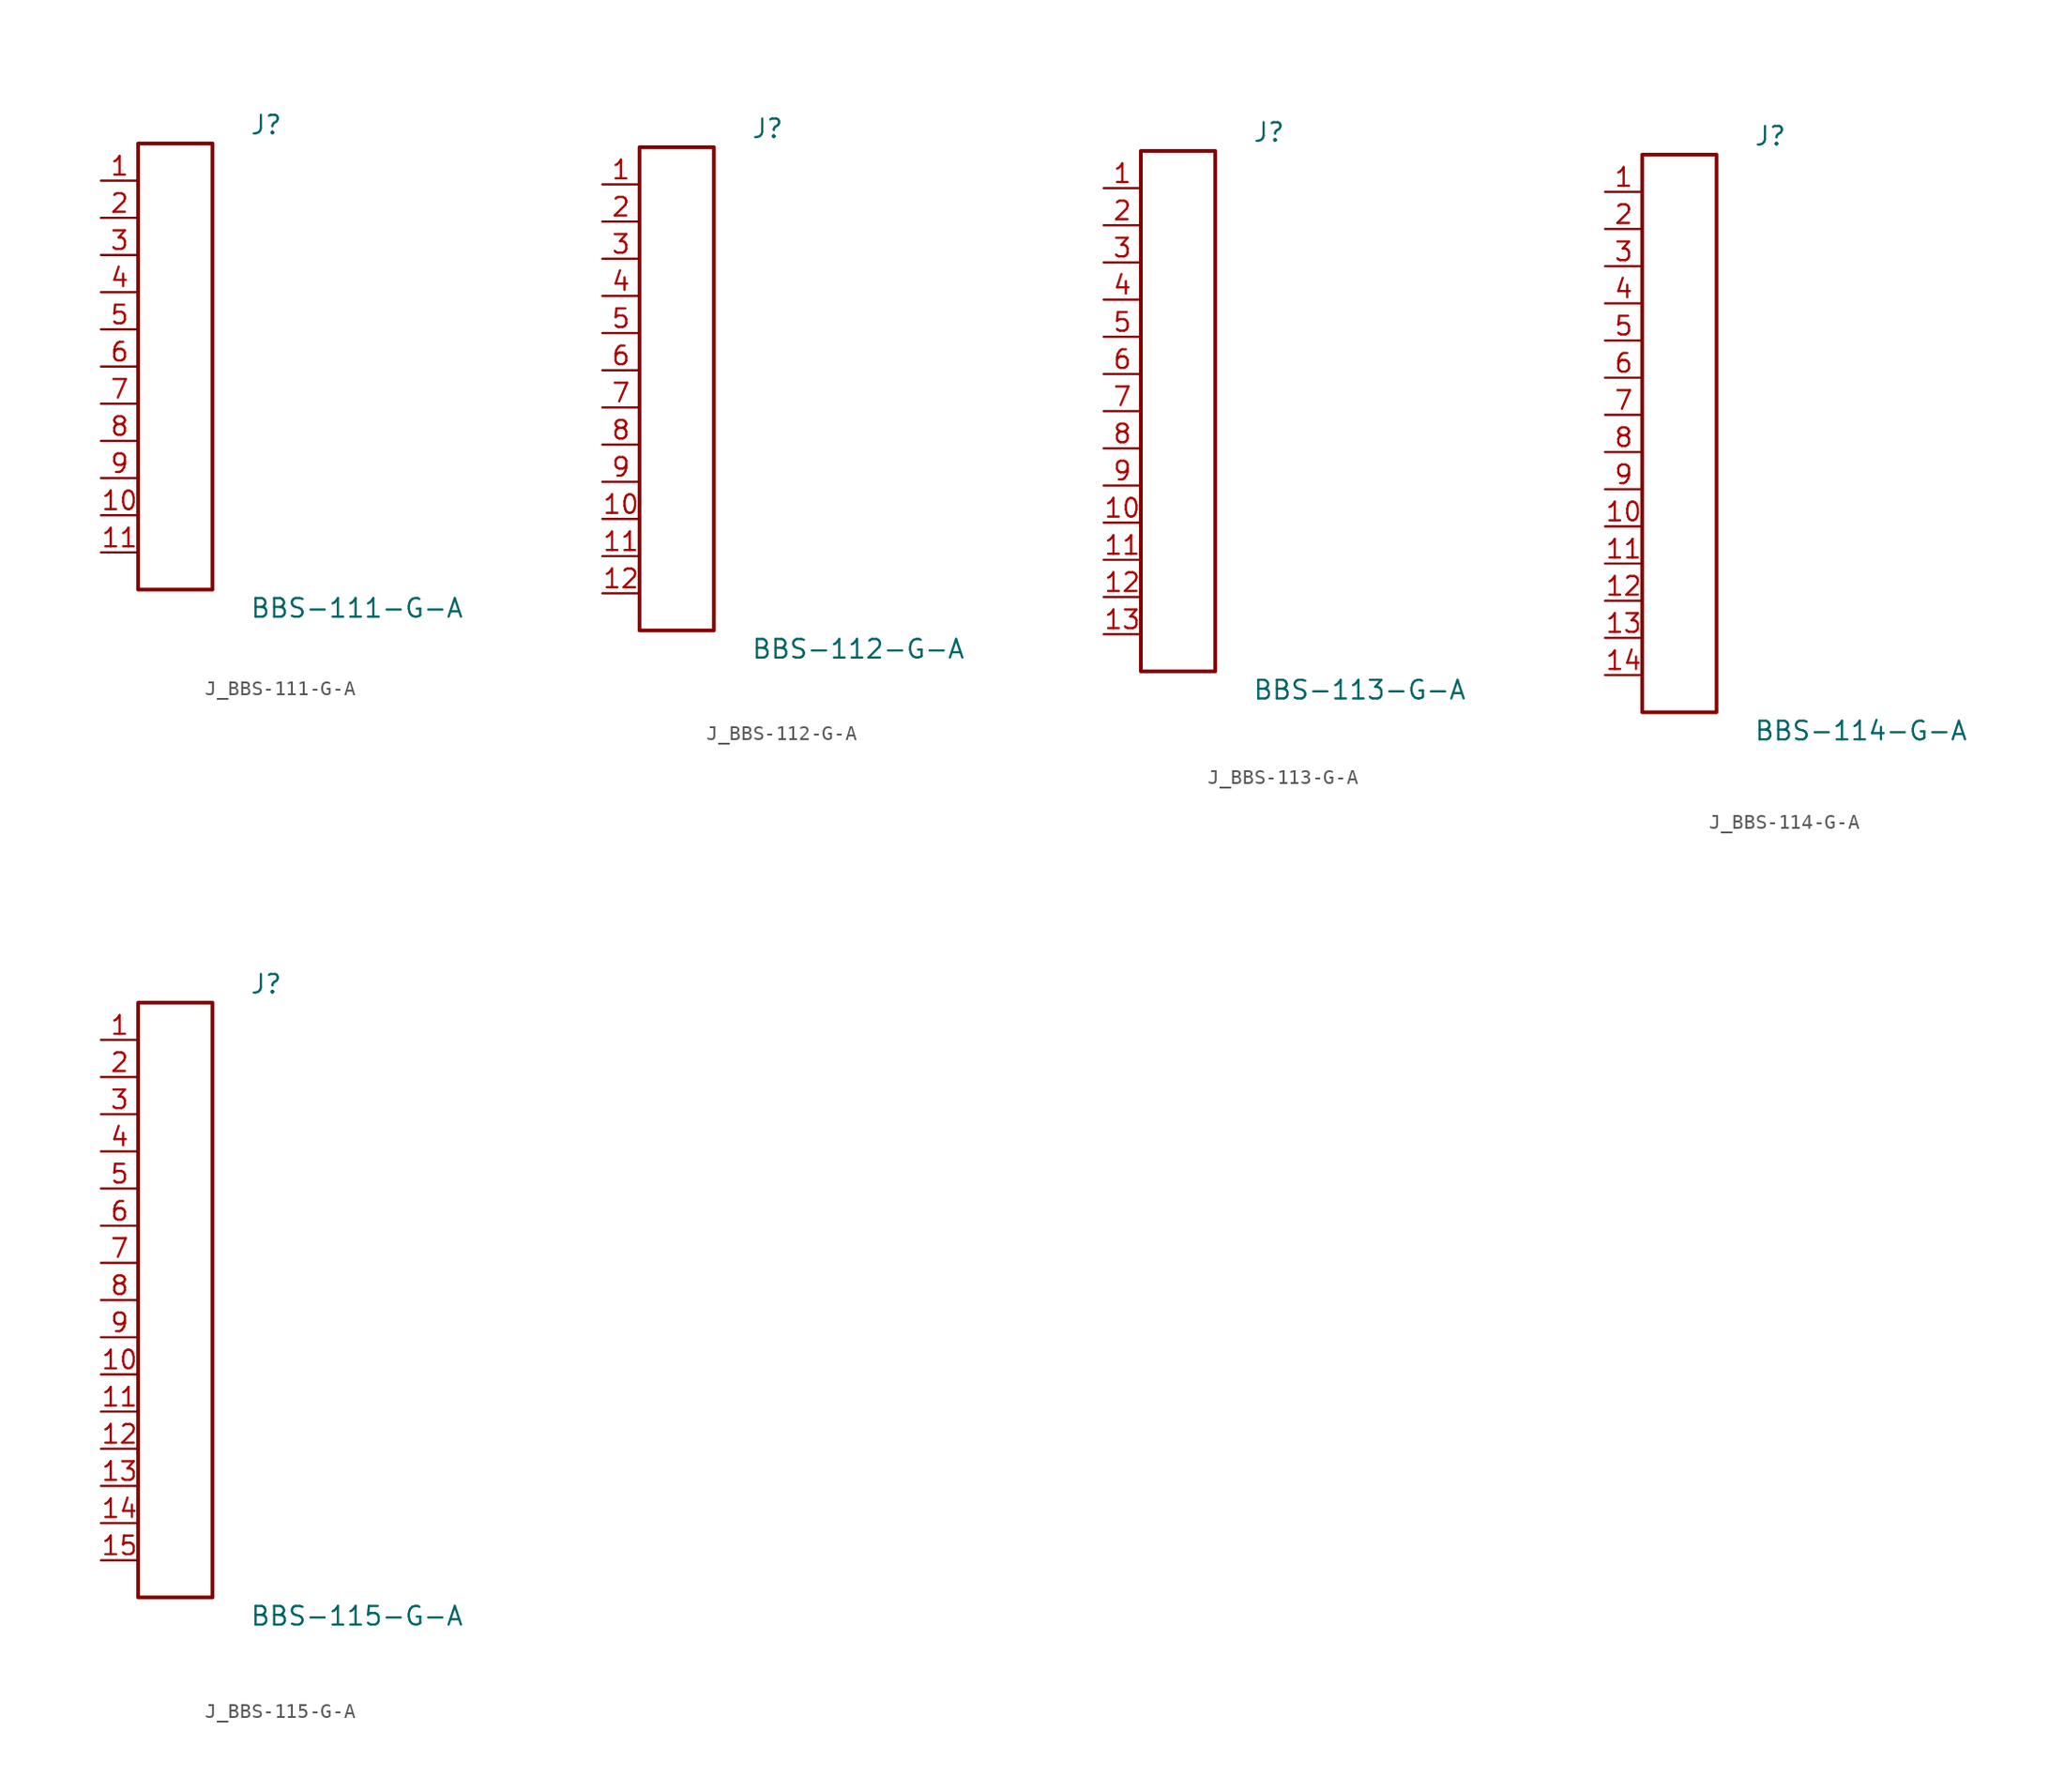
<source format=kicad_sym>
(kicad_symbol_lib
  (version 20231120)
  (generator kicad_symbol_editor)
  (generator_version 8.0)
  (symbol "J_BBS-111-G-A"
    (pin_names
      (offset 0.254))
    (property "Reference" "J"
      (at 5.08 16.51 0)
      (effects (font (size 1.27 1.27)) (justify left)))
    (property "Value" "BBS-111-G-A"
      (at 5.08 -16.51 0)
      (effects (font (size 1.27 1.27)) (justify left)))
    (symbol "J_BBS-111-G-A_0_0"
      (pin passive line (at -5.08 12.7 0) (length 2.54) (name "" (effects (font (size 1.27 1.27)))) (number "1" (effects (font (size 1.27 1.27)))))
      (pin passive line (at -5.08 10.16 0) (length 2.54) (name "" (effects (font (size 1.27 1.27)))) (number "2" (effects (font (size 1.27 1.27)))))
      (pin passive line (at -5.08 7.62 0) (length 2.54) (name "" (effects (font (size 1.27 1.27)))) (number "3" (effects (font (size 1.27 1.27)))))
      (pin passive line (at -5.08 5.08 0) (length 2.54) (name "" (effects (font (size 1.27 1.27)))) (number "4" (effects (font (size 1.27 1.27)))))
      (pin passive line (at -5.08 2.54 0) (length 2.54) (name "" (effects (font (size 1.27 1.27)))) (number "5" (effects (font (size 1.27 1.27)))))
      (pin passive line (at -5.08 0.0 0) (length 2.54) (name "" (effects (font (size 1.27 1.27)))) (number "6" (effects (font (size 1.27 1.27)))))
      (pin passive line (at -5.08 -2.54 0) (length 2.54) (name "" (effects (font (size 1.27 1.27)))) (number "7" (effects (font (size 1.27 1.27)))))
      (pin passive line (at -5.08 -5.08 0) (length 2.54) (name "" (effects (font (size 1.27 1.27)))) (number "8" (effects (font (size 1.27 1.27)))))
      (pin passive line (at -5.08 -7.62 0) (length 2.54) (name "" (effects (font (size 1.27 1.27)))) (number "9" (effects (font (size 1.27 1.27)))))
      (pin passive line (at -5.08 -10.16 0) (length 2.54) (name "" (effects (font (size 1.27 1.27)))) (number "10" (effects (font (size 1.27 1.27)))))
      (pin passive line (at -5.08 -12.7 0) (length 2.54) (name "" (effects (font (size 1.27 1.27)))) (number "11" (effects (font (size 1.27 1.27))))))
    (symbol "J_BBS-111-G-A_1_0"
      (rectangle (start -2.54 15.24) (end 2.54 -15.24) (stroke (width 0.254) (type solid)) (fill (type none)))))
  (symbol "J_BBS-112-G-A"
    (pin_names
      (offset 0.254))
    (property "Reference" "J"
      (at 5.08 17.78 0)
      (effects (font (size 1.27 1.27)) (justify left)))
    (property "Value" "BBS-112-G-A"
      (at 5.08 -17.78 0)
      (effects (font (size 1.27 1.27)) (justify left)))
    (symbol "J_BBS-112-G-A_0_0"
      (pin passive line (at -5.08 13.97 0) (length 2.54) (name "" (effects (font (size 1.27 1.27)))) (number "1" (effects (font (size 1.27 1.27)))))
      (pin passive line (at -5.08 11.43 0) (length 2.54) (name "" (effects (font (size 1.27 1.27)))) (number "2" (effects (font (size 1.27 1.27)))))
      (pin passive line (at -5.08 8.89 0) (length 2.54) (name "" (effects (font (size 1.27 1.27)))) (number "3" (effects (font (size 1.27 1.27)))))
      (pin passive line (at -5.08 6.35 0) (length 2.54) (name "" (effects (font (size 1.27 1.27)))) (number "4" (effects (font (size 1.27 1.27)))))
      (pin passive line (at -5.08 3.81 0) (length 2.54) (name "" (effects (font (size 1.27 1.27)))) (number "5" (effects (font (size 1.27 1.27)))))
      (pin passive line (at -5.08 1.27 0) (length 2.54) (name "" (effects (font (size 1.27 1.27)))) (number "6" (effects (font (size 1.27 1.27)))))
      (pin passive line (at -5.08 -1.27 0) (length 2.54) (name "" (effects (font (size 1.27 1.27)))) (number "7" (effects (font (size 1.27 1.27)))))
      (pin passive line (at -5.08 -3.81 0) (length 2.54) (name "" (effects (font (size 1.27 1.27)))) (number "8" (effects (font (size 1.27 1.27)))))
      (pin passive line (at -5.08 -6.35 0) (length 2.54) (name "" (effects (font (size 1.27 1.27)))) (number "9" (effects (font (size 1.27 1.27)))))
      (pin passive line (at -5.08 -8.89 0) (length 2.54) (name "" (effects (font (size 1.27 1.27)))) (number "10" (effects (font (size 1.27 1.27)))))
      (pin passive line (at -5.08 -11.43 0) (length 2.54) (name "" (effects (font (size 1.27 1.27)))) (number "11" (effects (font (size 1.27 1.27)))))
      (pin passive line (at -5.08 -13.97 0) (length 2.54) (name "" (effects (font (size 1.27 1.27)))) (number "12" (effects (font (size 1.27 1.27))))))
    (symbol "J_BBS-112-G-A_1_0"
      (rectangle (start -2.54 16.51) (end 2.54 -16.51) (stroke (width 0.254) (type solid)) (fill (type none)))))
  (symbol "J_BBS-113-G-A"
    (pin_names
      (offset 0.254))
    (property "Reference" "J"
      (at 5.08 19.05 0)
      (effects (font (size 1.27 1.27)) (justify left)))
    (property "Value" "BBS-113-G-A"
      (at 5.08 -19.05 0)
      (effects (font (size 1.27 1.27)) (justify left)))
    (symbol "J_BBS-113-G-A_0_0"
      (pin passive line (at -5.08 15.24 0) (length 2.54) (name "" (effects (font (size 1.27 1.27)))) (number "1" (effects (font (size 1.27 1.27)))))
      (pin passive line (at -5.08 12.7 0) (length 2.54) (name "" (effects (font (size 1.27 1.27)))) (number "2" (effects (font (size 1.27 1.27)))))
      (pin passive line (at -5.08 10.16 0) (length 2.54) (name "" (effects (font (size 1.27 1.27)))) (number "3" (effects (font (size 1.27 1.27)))))
      (pin passive line (at -5.08 7.62 0) (length 2.54) (name "" (effects (font (size 1.27 1.27)))) (number "4" (effects (font (size 1.27 1.27)))))
      (pin passive line (at -5.08 5.08 0) (length 2.54) (name "" (effects (font (size 1.27 1.27)))) (number "5" (effects (font (size 1.27 1.27)))))
      (pin passive line (at -5.08 2.54 0) (length 2.54) (name "" (effects (font (size 1.27 1.27)))) (number "6" (effects (font (size 1.27 1.27)))))
      (pin passive line (at -5.08 0.0 0) (length 2.54) (name "" (effects (font (size 1.27 1.27)))) (number "7" (effects (font (size 1.27 1.27)))))
      (pin passive line (at -5.08 -2.54 0) (length 2.54) (name "" (effects (font (size 1.27 1.27)))) (number "8" (effects (font (size 1.27 1.27)))))
      (pin passive line (at -5.08 -5.08 0) (length 2.54) (name "" (effects (font (size 1.27 1.27)))) (number "9" (effects (font (size 1.27 1.27)))))
      (pin passive line (at -5.08 -7.62 0) (length 2.54) (name "" (effects (font (size 1.27 1.27)))) (number "10" (effects (font (size 1.27 1.27)))))
      (pin passive line (at -5.08 -10.16 0) (length 2.54) (name "" (effects (font (size 1.27 1.27)))) (number "11" (effects (font (size 1.27 1.27)))))
      (pin passive line (at -5.08 -12.7 0) (length 2.54) (name "" (effects (font (size 1.27 1.27)))) (number "12" (effects (font (size 1.27 1.27)))))
      (pin passive line (at -5.08 -15.24 0) (length 2.54) (name "" (effects (font (size 1.27 1.27)))) (number "13" (effects (font (size 1.27 1.27))))))
    (symbol "J_BBS-113-G-A_1_0"
      (rectangle (start -2.54 17.78) (end 2.54 -17.78) (stroke (width 0.254) (type solid)) (fill (type none)))))
  (symbol "J_BBS-114-G-A"
    (pin_names
      (offset 0.254))
    (property "Reference" "J"
      (at 5.08 20.32 0)
      (effects (font (size 1.27 1.27)) (justify left)))
    (property "Value" "BBS-114-G-A"
      (at 5.08 -20.32 0)
      (effects (font (size 1.27 1.27)) (justify left)))
    (symbol "J_BBS-114-G-A_0_0"
      (pin passive line (at -5.08 16.51 0) (length 2.54) (name "" (effects (font (size 1.27 1.27)))) (number "1" (effects (font (size 1.27 1.27)))))
      (pin passive line (at -5.08 13.97 0) (length 2.54) (name "" (effects (font (size 1.27 1.27)))) (number "2" (effects (font (size 1.27 1.27)))))
      (pin passive line (at -5.08 11.43 0) (length 2.54) (name "" (effects (font (size 1.27 1.27)))) (number "3" (effects (font (size 1.27 1.27)))))
      (pin passive line (at -5.08 8.89 0) (length 2.54) (name "" (effects (font (size 1.27 1.27)))) (number "4" (effects (font (size 1.27 1.27)))))
      (pin passive line (at -5.08 6.35 0) (length 2.54) (name "" (effects (font (size 1.27 1.27)))) (number "5" (effects (font (size 1.27 1.27)))))
      (pin passive line (at -5.08 3.81 0) (length 2.54) (name "" (effects (font (size 1.27 1.27)))) (number "6" (effects (font (size 1.27 1.27)))))
      (pin passive line (at -5.08 1.27 0) (length 2.54) (name "" (effects (font (size 1.27 1.27)))) (number "7" (effects (font (size 1.27 1.27)))))
      (pin passive line (at -5.08 -1.27 0) (length 2.54) (name "" (effects (font (size 1.27 1.27)))) (number "8" (effects (font (size 1.27 1.27)))))
      (pin passive line (at -5.08 -3.81 0) (length 2.54) (name "" (effects (font (size 1.27 1.27)))) (number "9" (effects (font (size 1.27 1.27)))))
      (pin passive line (at -5.08 -6.35 0) (length 2.54) (name "" (effects (font (size 1.27 1.27)))) (number "10" (effects (font (size 1.27 1.27)))))
      (pin passive line (at -5.08 -8.89 0) (length 2.54) (name "" (effects (font (size 1.27 1.27)))) (number "11" (effects (font (size 1.27 1.27)))))
      (pin passive line (at -5.08 -11.43 0) (length 2.54) (name "" (effects (font (size 1.27 1.27)))) (number "12" (effects (font (size 1.27 1.27)))))
      (pin passive line (at -5.08 -13.97 0) (length 2.54) (name "" (effects (font (size 1.27 1.27)))) (number "13" (effects (font (size 1.27 1.27)))))
      (pin passive line (at -5.08 -16.51 0) (length 2.54) (name "" (effects (font (size 1.27 1.27)))) (number "14" (effects (font (size 1.27 1.27))))))
    (symbol "J_BBS-114-G-A_1_0"
      (rectangle (start -2.54 19.05) (end 2.54 -19.05) (stroke (width 0.254) (type solid)) (fill (type none)))))
  (symbol "J_BBS-115-G-A"
    (pin_names
      (offset 0.254))
    (property "Reference" "J"
      (at 5.08 21.59 0)
      (effects (font (size 1.27 1.27)) (justify left)))
    (property "Value" "BBS-115-G-A"
      (at 5.08 -21.59 0)
      (effects (font (size 1.27 1.27)) (justify left)))
    (symbol "J_BBS-115-G-A_0_0"
      (pin passive line (at -5.08 17.78 0) (length 2.54) (name "" (effects (font (size 1.27 1.27)))) (number "1" (effects (font (size 1.27 1.27)))))
      (pin passive line (at -5.08 15.24 0) (length 2.54) (name "" (effects (font (size 1.27 1.27)))) (number "2" (effects (font (size 1.27 1.27)))))
      (pin passive line (at -5.08 12.7 0) (length 2.54) (name "" (effects (font (size 1.27 1.27)))) (number "3" (effects (font (size 1.27 1.27)))))
      (pin passive line (at -5.08 10.16 0) (length 2.54) (name "" (effects (font (size 1.27 1.27)))) (number "4" (effects (font (size 1.27 1.27)))))
      (pin passive line (at -5.08 7.62 0) (length 2.54) (name "" (effects (font (size 1.27 1.27)))) (number "5" (effects (font (size 1.27 1.27)))))
      (pin passive line (at -5.08 5.08 0) (length 2.54) (name "" (effects (font (size 1.27 1.27)))) (number "6" (effects (font (size 1.27 1.27)))))
      (pin passive line (at -5.08 2.54 0) (length 2.54) (name "" (effects (font (size 1.27 1.27)))) (number "7" (effects (font (size 1.27 1.27)))))
      (pin passive line (at -5.08 0.0 0) (length 2.54) (name "" (effects (font (size 1.27 1.27)))) (number "8" (effects (font (size 1.27 1.27)))))
      (pin passive line (at -5.08 -2.54 0) (length 2.54) (name "" (effects (font (size 1.27 1.27)))) (number "9" (effects (font (size 1.27 1.27)))))
      (pin passive line (at -5.08 -5.08 0) (length 2.54) (name "" (effects (font (size 1.27 1.27)))) (number "10" (effects (font (size 1.27 1.27)))))
      (pin passive line (at -5.08 -7.62 0) (length 2.54) (name "" (effects (font (size 1.27 1.27)))) (number "11" (effects (font (size 1.27 1.27)))))
      (pin passive line (at -5.08 -10.16 0) (length 2.54) (name "" (effects (font (size 1.27 1.27)))) (number "12" (effects (font (size 1.27 1.27)))))
      (pin passive line (at -5.08 -12.7 0) (length 2.54) (name "" (effects (font (size 1.27 1.27)))) (number "13" (effects (font (size 1.27 1.27)))))
      (pin passive line (at -5.08 -15.24 0) (length 2.54) (name "" (effects (font (size 1.27 1.27)))) (number "14" (effects (font (size 1.27 1.27)))))
      (pin passive line (at -5.08 -17.78 0) (length 2.54) (name "" (effects (font (size 1.27 1.27)))) (number "15" (effects (font (size 1.27 1.27))))))
    (symbol "J_BBS-115-G-A_1_0"
      (rectangle (start -2.54 20.32) (end 2.54 -20.32) (stroke (width 0.254) (type solid)) (fill (type none))))))
</source>
